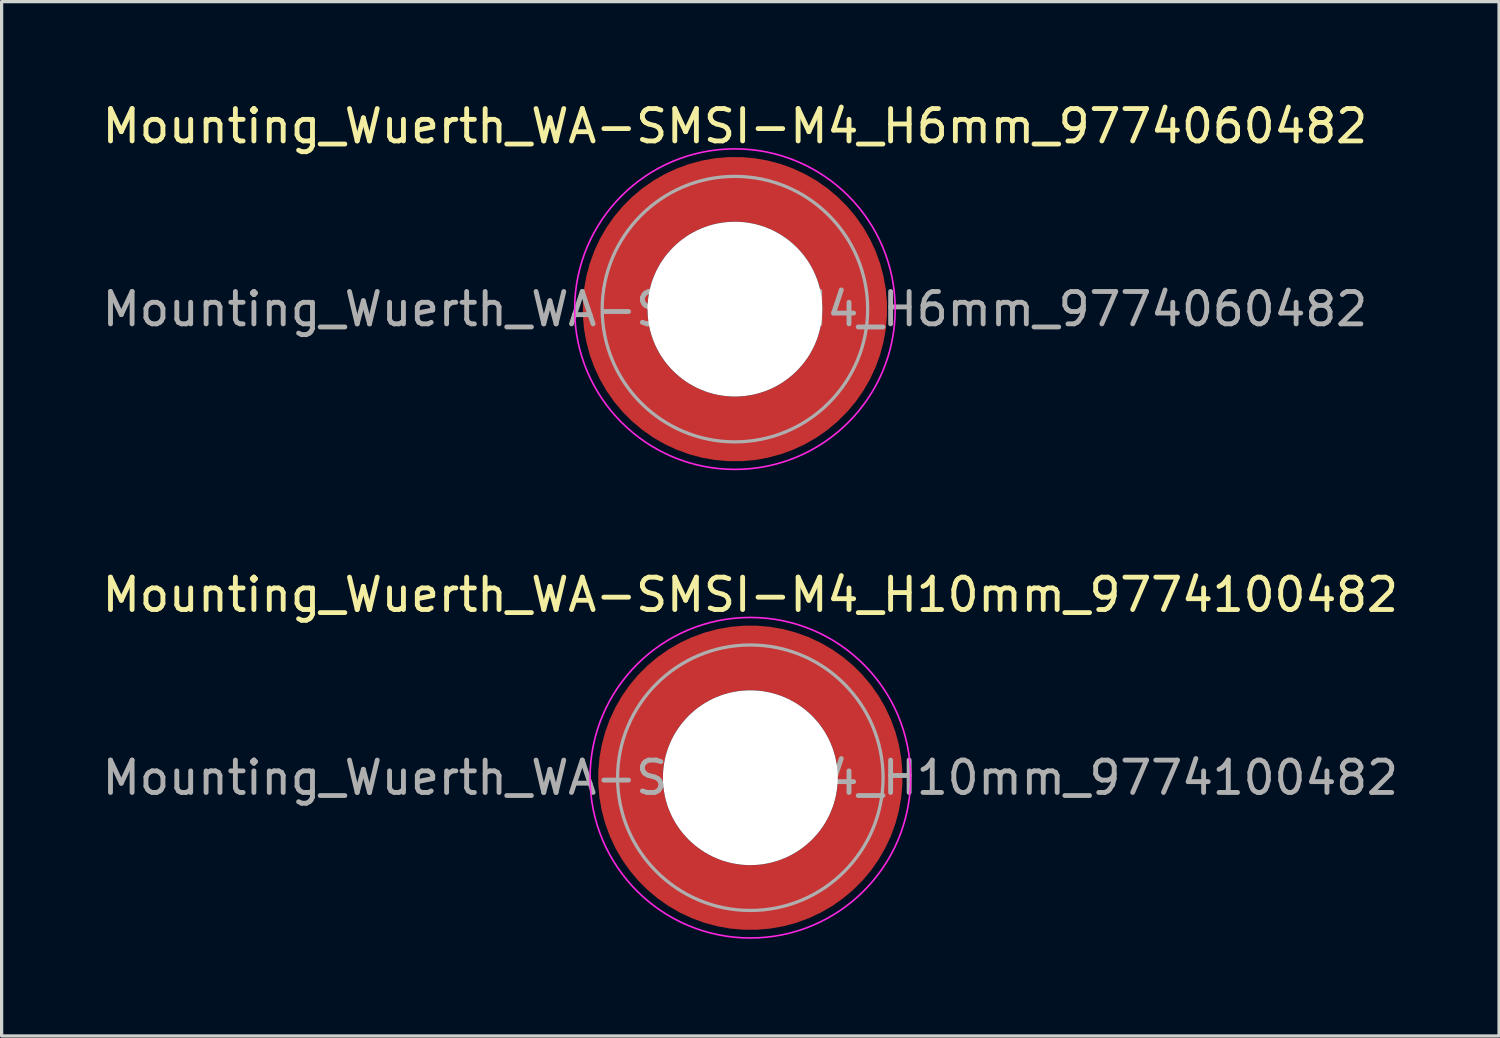
<source format=kicad_pcb>
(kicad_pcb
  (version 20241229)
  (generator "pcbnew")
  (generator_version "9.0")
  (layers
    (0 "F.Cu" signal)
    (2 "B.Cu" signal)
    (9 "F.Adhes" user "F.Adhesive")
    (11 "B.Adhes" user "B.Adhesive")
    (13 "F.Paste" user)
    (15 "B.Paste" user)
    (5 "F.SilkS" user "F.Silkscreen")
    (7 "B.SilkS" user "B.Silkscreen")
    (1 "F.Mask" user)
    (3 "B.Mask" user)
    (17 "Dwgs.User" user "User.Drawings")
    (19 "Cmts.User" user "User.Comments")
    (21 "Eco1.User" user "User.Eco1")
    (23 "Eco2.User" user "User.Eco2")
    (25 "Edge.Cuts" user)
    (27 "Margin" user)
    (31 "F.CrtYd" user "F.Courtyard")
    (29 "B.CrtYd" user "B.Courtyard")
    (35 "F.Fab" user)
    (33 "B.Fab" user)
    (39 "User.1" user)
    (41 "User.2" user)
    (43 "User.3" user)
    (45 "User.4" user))
  (footprint "Mounting_Wuerth_WA-SMSI-M4_H10mm_9774100482"
    (layer "F.Cu")
    (at 20.125 20.971)
    (property "Reference" "Mounting_Wuerth_WA-SMSI-M4_H10mm_9774100482" (at 0 -5.65 0) (layer "F.SilkS") (effects (font (size 1 1) (thickness 0.15))))
    (attr smd allow_soldermask_bridges)
    (fp_circle (center 0 0) (end 4.95 0) (stroke (width 0.05) (type solid)) (fill no) (layer "F.CrtYd"))
    (fp_circle (center 0 0) (end 4.1 0) (stroke (width 0.1) (type solid)) (fill no) (layer "F.Fab"))
    (fp_text user "${REFERENCE}" (at 0 0 0) (layer "F.Fab") (effects (font (size 1 1) (thickness 0.15))))
    (pad "" smd custom (at -2.607 -2.607) (size 0.948 0.948) (layers "F.Paste") (options (anchor circle)) (primitives (gr_arc (start -0.188183 2.107456) (mid 0.599273 0.599273) (end 2.107456 -0.188183) (width 0.2)) (gr_arc (start -0.289416 2.107456) (mid 0.52877 0.52877) (end 2.107456 -0.289416) (width 0.2)) (gr_arc (start -0.390547 2.107456) (mid 0.458268 0.458268) (end 2.107456 -0.390547) (width 0.2)) (gr_arc (start -0.491585 2.107456) (mid 0.387765 0.387765) (end 2.107456 -0.491585) (width 0.2)) (gr_arc (start -0.59254 2.107456) (mid 0.317262 0.317262) (end 2.107456 -0.59254) (width 0.2)) (gr_arc (start -0.693419 2.107456) (mid 0.246759 0.246759) (end 2.107456 -0.693419) (width 0.2)) (gr_arc (start -0.794229 2.107456) (mid 0.176257 0.176257) (end 2.107456 -0.794229) (width 0.2)) (gr_arc (start -0.894975 2.107456) (mid 0.105754 0.105754) (end 2.107456 -0.894975) (width 0.2)) (gr_arc (start -0.995664 2.107456) (mid 0.035251 0.035251) (end 2.107456 -0.995664) (width 0.2)) (gr_arc (start -1.0963 2.107456) (mid -0.035251 -0.035251) (end 2.107456 -1.0963) (width 0.2)) (gr_arc (start -1.196886 2.107456) (mid -0.105754 -0.105754) (end 2.107456 -1.196886) (width 0.2)) (gr_arc (start -1.297427 2.107456) (mid -0.176257 -0.176257) (end 2.107456 -1.297427) (width 0.2)) (gr_arc (start -1.397927 2.107456) (mid -0.246759 -0.246759) (end 2.107456 -1.397927) (width 0.2)) (gr_arc (start -1.498388 2.107456) (mid -0.317262 -0.317262) (end 2.107456 -1.498388) (width 0.2)) (gr_arc (start -1.598813 2.107456) (mid -0.387765 -0.387765) (end 2.107456 -1.598813) (width 0.2)) (gr_arc (start -1.699204 2.107456) (mid -0.458268 -0.458268) (end 2.107456 -1.699204) (width 0.2)) (gr_arc (start -1.799565 2.107456) (mid -0.52877 -0.52877) (end 2.107456 -1.799565) (width 0.2)) (gr_arc (start -1.899896 2.107456) (mid -0.599273 -0.599273) (end 2.107456 -1.899896) (width 0.2)) (gr_arc (start -1.899896 2.107456) (mid -0.599273 -0.599273) (end 2.107456 -1.899896) (width 0.2)) (gr_line (start 2.107 -0.188) (end 2.107 -1.9) (width 0.2)) (gr_line (start -0.188 2.107) (end -1.9 2.107) (width 0.2))))
    (pad "" smd custom (at -2.607 2.607) (size 0.948 0.948) (layers "F.Paste") (options (anchor circle)) (primitives (gr_arc (start 2.107456 0.188183) (mid 0.599273 -0.599273) (end -0.188183 -2.107456) (width 0.2)) (gr_arc (start 2.107456 0.289416) (mid 0.52877 -0.52877) (end -0.289416 -2.107456) (width 0.2)) (gr_arc (start 2.107456 0.390547) (mid 0.458268 -0.458268) (end -0.390547 -2.107456) (width 0.2)) (gr_arc (start 2.107456 0.491585) (mid 0.387765 -0.387765) (end -0.491585 -2.107456) (width 0.2)) (gr_arc (start 2.107456 0.59254) (mid 0.317262 -0.317262) (end -0.59254 -2.107456) (width 0.2)) (gr_arc (start 2.107456 0.693419) (mid 0.246759 -0.246759) (end -0.693419 -2.107456) (width 0.2)) (gr_arc (start 2.107456 0.794229) (mid 0.176257 -0.176257) (end -0.794229 -2.107456) (width 0.2)) (gr_arc (start 2.107456 0.894975) (mid 0.105754 -0.105754) (end -0.894975 -2.107456) (width 0.2)) (gr_arc (start 2.107456 0.995664) (mid 0.035251 -0.035251) (end -0.995664 -2.107456) (width 0.2)) (gr_arc (start 2.107456 1.0963) (mid -0.035251 0.035251) (end -1.0963 -2.107456) (width 0.2)) (gr_arc (start 2.107456 1.196886) (mid -0.105754 0.105754) (end -1.196886 -2.107456) (width 0.2)) (gr_arc (start 2.107456 1.297427) (mid -0.176257 0.176257) (end -1.297427 -2.107456) (width 0.2)) (gr_arc (start 2.107456 1.397927) (mid -0.246759 0.246759) (end -1.397927 -2.107456) (width 0.2)) (gr_arc (start 2.107456 1.498388) (mid -0.317262 0.317262) (end -1.498388 -2.107456) (width 0.2)) (gr_arc (start 2.107456 1.598813) (mid -0.387765 0.387765) (end -1.598813 -2.107456) (width 0.2)) (gr_arc (start 2.107456 1.699204) (mid -0.458268 0.458268) (end -1.699204 -2.107456) (width 0.2)) (gr_arc (start 2.107456 1.799565) (mid -0.52877 0.52877) (end -1.799565 -2.107456) (width 0.2)) (gr_arc (start 2.107456 1.899896) (mid -0.599273 0.599273) (end -1.899896 -2.107456) (width 0.2)) (gr_arc (start 2.107456 1.899896) (mid -0.599273 0.599273) (end -1.899896 -2.107456) (width 0.2)) (gr_line (start -0.188 -2.107) (end -1.9 -2.107) (width 0.2)) (gr_line (start 2.107 0.188) (end 2.107 1.9) (width 0.2))))
    (pad "" np_thru_hole circle (at 0 0) (size 5.4 5.4) (drill 5.4) (layers "*.Cu" "*.Mask"))
    (pad "" smd custom (at 2.607 -2.607) (size 0.948 0.948) (layers "F.Paste") (options (anchor circle)) (primitives (gr_arc (start -2.107456 -0.188183) (mid -0.599273 0.599273) (end 0.188183 2.107456) (width 0.2)) (gr_arc (start -2.107456 -0.289416) (mid -0.52877 0.52877) (end 0.289416 2.107456) (width 0.2)) (gr_arc (start -2.107456 -0.390547) (mid -0.458268 0.458268) (end 0.390547 2.107456) (width 0.2)) (gr_arc (start -2.107456 -0.491585) (mid -0.387765 0.387765) (end 0.491585 2.107456) (width 0.2)) (gr_arc (start -2.107456 -0.59254) (mid -0.317262 0.317262) (end 0.59254 2.107456) (width 0.2)) (gr_arc (start -2.107456 -0.693419) (mid -0.246759 0.246759) (end 0.693419 2.107456) (width 0.2)) (gr_arc (start -2.107456 -0.794229) (mid -0.176257 0.176257) (end 0.794229 2.107456) (width 0.2)) (gr_arc (start -2.107456 -0.894975) (mid -0.105754 0.105754) (end 0.894975 2.107456) (width 0.2)) (gr_arc (start -2.107456 -0.995664) (mid -0.035251 0.035251) (end 0.995664 2.107456) (width 0.2)) (gr_arc (start -2.107456 -1.0963) (mid 0.035251 -0.035251) (end 1.0963 2.107456) (width 0.2)) (gr_arc (start -2.107456 -1.196886) (mid 0.105754 -0.105754) (end 1.196886 2.107456) (width 0.2)) (gr_arc (start -2.107456 -1.297427) (mid 0.176257 -0.176257) (end 1.297427 2.107456) (width 0.2)) (gr_arc (start -2.107456 -1.397927) (mid 0.246759 -0.246759) (end 1.397927 2.107456) (width 0.2)) (gr_arc (start -2.107456 -1.498388) (mid 0.317262 -0.317262) (end 1.498388 2.107456) (width 0.2)) (gr_arc (start -2.107456 -1.598813) (mid 0.387765 -0.387765) (end 1.598813 2.107456) (width 0.2)) (gr_arc (start -2.107456 -1.699204) (mid 0.458268 -0.458268) (end 1.699204 2.107456) (width 0.2)) (gr_arc (start -2.107456 -1.799565) (mid 0.52877 -0.52877) (end 1.799565 2.107456) (width 0.2)) (gr_arc (start -2.107456 -1.899896) (mid 0.599273 -0.599273) (end 1.899896 2.107456) (width 0.2)) (gr_arc (start -2.107456 -1.899896) (mid 0.599273 -0.599273) (end 1.899896 2.107456) (width 0.2)) (gr_line (start 0.188 2.107) (end 1.9 2.107) (width 0.2)) (gr_line (start -2.107 -0.188) (end -2.107 -1.9) (width 0.2))))
    (pad "" smd custom (at 2.607 2.607) (size 0.948 0.948) (layers "F.Paste") (options (anchor circle)) (primitives (gr_arc (start 0.188183 -2.107456) (mid -0.599273 -0.599273) (end -2.107456 0.188183) (width 0.2)) (gr_arc (start 0.289416 -2.107456) (mid -0.52877 -0.52877) (end -2.107456 0.289416) (width 0.2)) (gr_arc (start 0.390547 -2.107456) (mid -0.458268 -0.458268) (end -2.107456 0.390547) (width 0.2)) (gr_arc (start 0.491585 -2.107456) (mid -0.387765 -0.387765) (end -2.107456 0.491585) (width 0.2)) (gr_arc (start 0.59254 -2.107456) (mid -0.317262 -0.317262) (end -2.107456 0.59254) (width 0.2)) (gr_arc (start 0.693419 -2.107456) (mid -0.246759 -0.246759) (end -2.107456 0.693419) (width 0.2)) (gr_arc (start 0.794229 -2.107456) (mid -0.176257 -0.176257) (end -2.107456 0.794229) (width 0.2)) (gr_arc (start 0.894975 -2.107456) (mid -0.105754 -0.105754) (end -2.107456 0.894975) (width 0.2)) (gr_arc (start 0.995664 -2.107456) (mid -0.035251 -0.035251) (end -2.107456 0.995664) (width 0.2)) (gr_arc (start 1.0963 -2.107456) (mid 0.035251 0.035251) (end -2.107456 1.0963) (width 0.2)) (gr_arc (start 1.196886 -2.107456) (mid 0.105754 0.105754) (end -2.107456 1.196886) (width 0.2)) (gr_arc (start 1.297427 -2.107456) (mid 0.176257 0.176257) (end -2.107456 1.297427) (width 0.2)) (gr_arc (start 1.397927 -2.107456) (mid 0.246759 0.246759) (end -2.107456 1.397927) (width 0.2)) (gr_arc (start 1.498388 -2.107456) (mid 0.317262 0.317262) (end -2.107456 1.498388) (width 0.2)) (gr_arc (start 1.598813 -2.107456) (mid 0.387765 0.387765) (end -2.107456 1.598813) (width 0.2)) (gr_arc (start 1.699204 -2.107456) (mid 0.458268 0.458268) (end -2.107456 1.699204) (width 0.2)) (gr_arc (start 1.799565 -2.107456) (mid 0.52877 0.52877) (end -2.107456 1.799565) (width 0.2)) (gr_arc (start 1.899896 -2.107456) (mid 0.599273 0.599273) (end -2.107456 1.899896) (width 0.2)) (gr_arc (start 1.899896 -2.107456) (mid 0.599273 0.599273) (end -2.107456 1.899896) (width 0.2)) (gr_line (start -2.107 0.188) (end -2.107 1.9) (width 0.2)) (gr_line (start 0.188 -2.107) (end 1.9 -2.107) (width 0.2))))
    (pad "1" smd circle (at -3.7 0) (size 1.492 1.492) (layers "F.Cu"))
    (pad "1" smd circle (at 0 -3.7) (size 1.492 1.492) (layers "F.Cu"))
    (pad "1" smd circle (at 0 3.7) (size 1.492 1.492) (layers "F.Cu"))
    (pad "1" smd custom (at 3.7 0) (size 2 2) (layers "F.Cu" "F.Mask") (options (anchor circle)) (primitives (gr_circle (center -3.7 0) (end 0 0) (width 2) (fill no)))))
  (footprint "Mounting_Wuerth_WA-SMSI-M4_H6mm_9774060482"
    (layer "F.Cu")
    (at 19.649 6.498)
    (property "Reference" "Mounting_Wuerth_WA-SMSI-M4_H6mm_9774060482" (at 0 -5.65 0) (layer "F.SilkS") (effects (font (size 1 1) (thickness 0.15))))
    (attr smd allow_soldermask_bridges)
    (fp_circle (center 0 0) (end 4.95 0) (stroke (width 0.05) (type solid)) (fill no) (layer "F.CrtYd"))
    (fp_circle (center 0 0) (end 4.1 0) (stroke (width 0.1) (type solid)) (fill no) (layer "F.Fab"))
    (fp_text user "${REFERENCE}" (at 0 0 0) (layer "F.Fab") (effects (font (size 1 1) (thickness 0.15))))
    (pad "" smd custom (at -2.607 -2.607) (size 0.948 0.948) (layers "F.Paste") (options (anchor circle)) (primitives (gr_arc (start -0.188183 2.107456) (mid 0.599273 0.599273) (end 2.107456 -0.188183) (width 0.2)) (gr_arc (start -0.289416 2.107456) (mid 0.52877 0.52877) (end 2.107456 -0.289416) (width 0.2)) (gr_arc (start -0.390547 2.107456) (mid 0.458268 0.458268) (end 2.107456 -0.390547) (width 0.2)) (gr_arc (start -0.491585 2.107456) (mid 0.387765 0.387765) (end 2.107456 -0.491585) (width 0.2)) (gr_arc (start -0.59254 2.107456) (mid 0.317262 0.317262) (end 2.107456 -0.59254) (width 0.2)) (gr_arc (start -0.693419 2.107456) (mid 0.246759 0.246759) (end 2.107456 -0.693419) (width 0.2)) (gr_arc (start -0.794229 2.107456) (mid 0.176257 0.176257) (end 2.107456 -0.794229) (width 0.2)) (gr_arc (start -0.894975 2.107456) (mid 0.105754 0.105754) (end 2.107456 -0.894975) (width 0.2)) (gr_arc (start -0.995664 2.107456) (mid 0.035251 0.035251) (end 2.107456 -0.995664) (width 0.2)) (gr_arc (start -1.0963 2.107456) (mid -0.035251 -0.035251) (end 2.107456 -1.0963) (width 0.2)) (gr_arc (start -1.196886 2.107456) (mid -0.105754 -0.105754) (end 2.107456 -1.196886) (width 0.2)) (gr_arc (start -1.297427 2.107456) (mid -0.176257 -0.176257) (end 2.107456 -1.297427) (width 0.2)) (gr_arc (start -1.397927 2.107456) (mid -0.246759 -0.246759) (end 2.107456 -1.397927) (width 0.2)) (gr_arc (start -1.498388 2.107456) (mid -0.317262 -0.317262) (end 2.107456 -1.498388) (width 0.2)) (gr_arc (start -1.598813 2.107456) (mid -0.387765 -0.387765) (end 2.107456 -1.598813) (width 0.2)) (gr_arc (start -1.699204 2.107456) (mid -0.458268 -0.458268) (end 2.107456 -1.699204) (width 0.2)) (gr_arc (start -1.799565 2.107456) (mid -0.52877 -0.52877) (end 2.107456 -1.799565) (width 0.2)) (gr_arc (start -1.899896 2.107456) (mid -0.599273 -0.599273) (end 2.107456 -1.899896) (width 0.2)) (gr_arc (start -1.899896 2.107456) (mid -0.599273 -0.599273) (end 2.107456 -1.899896) (width 0.2)) (gr_line (start 2.107 -0.188) (end 2.107 -1.9) (width 0.2)) (gr_line (start -0.188 2.107) (end -1.9 2.107) (width 0.2))))
    (pad "" smd custom (at -2.607 2.607) (size 0.948 0.948) (layers "F.Paste") (options (anchor circle)) (primitives (gr_arc (start 2.107456 0.188183) (mid 0.599273 -0.599273) (end -0.188183 -2.107456) (width 0.2)) (gr_arc (start 2.107456 0.289416) (mid 0.52877 -0.52877) (end -0.289416 -2.107456) (width 0.2)) (gr_arc (start 2.107456 0.390547) (mid 0.458268 -0.458268) (end -0.390547 -2.107456) (width 0.2)) (gr_arc (start 2.107456 0.491585) (mid 0.387765 -0.387765) (end -0.491585 -2.107456) (width 0.2)) (gr_arc (start 2.107456 0.59254) (mid 0.317262 -0.317262) (end -0.59254 -2.107456) (width 0.2)) (gr_arc (start 2.107456 0.693419) (mid 0.246759 -0.246759) (end -0.693419 -2.107456) (width 0.2)) (gr_arc (start 2.107456 0.794229) (mid 0.176257 -0.176257) (end -0.794229 -2.107456) (width 0.2)) (gr_arc (start 2.107456 0.894975) (mid 0.105754 -0.105754) (end -0.894975 -2.107456) (width 0.2)) (gr_arc (start 2.107456 0.995664) (mid 0.035251 -0.035251) (end -0.995664 -2.107456) (width 0.2)) (gr_arc (start 2.107456 1.0963) (mid -0.035251 0.035251) (end -1.0963 -2.107456) (width 0.2)) (gr_arc (start 2.107456 1.196886) (mid -0.105754 0.105754) (end -1.196886 -2.107456) (width 0.2)) (gr_arc (start 2.107456 1.297427) (mid -0.176257 0.176257) (end -1.297427 -2.107456) (width 0.2)) (gr_arc (start 2.107456 1.397927) (mid -0.246759 0.246759) (end -1.397927 -2.107456) (width 0.2)) (gr_arc (start 2.107456 1.498388) (mid -0.317262 0.317262) (end -1.498388 -2.107456) (width 0.2)) (gr_arc (start 2.107456 1.598813) (mid -0.387765 0.387765) (end -1.598813 -2.107456) (width 0.2)) (gr_arc (start 2.107456 1.699204) (mid -0.458268 0.458268) (end -1.699204 -2.107456) (width 0.2)) (gr_arc (start 2.107456 1.799565) (mid -0.52877 0.52877) (end -1.799565 -2.107456) (width 0.2)) (gr_arc (start 2.107456 1.899896) (mid -0.599273 0.599273) (end -1.899896 -2.107456) (width 0.2)) (gr_arc (start 2.107456 1.899896) (mid -0.599273 0.599273) (end -1.899896 -2.107456) (width 0.2)) (gr_line (start -0.188 -2.107) (end -1.9 -2.107) (width 0.2)) (gr_line (start 2.107 0.188) (end 2.107 1.9) (width 0.2))))
    (pad "" np_thru_hole circle (at 0 0) (size 5.4 5.4) (drill 5.4) (layers "*.Cu" "*.Mask"))
    (pad "" smd custom (at 2.607 -2.607) (size 0.948 0.948) (layers "F.Paste") (options (anchor circle)) (primitives (gr_arc (start -2.107456 -0.188183) (mid -0.599273 0.599273) (end 0.188183 2.107456) (width 0.2)) (gr_arc (start -2.107456 -0.289416) (mid -0.52877 0.52877) (end 0.289416 2.107456) (width 0.2)) (gr_arc (start -2.107456 -0.390547) (mid -0.458268 0.458268) (end 0.390547 2.107456) (width 0.2)) (gr_arc (start -2.107456 -0.491585) (mid -0.387765 0.387765) (end 0.491585 2.107456) (width 0.2)) (gr_arc (start -2.107456 -0.59254) (mid -0.317262 0.317262) (end 0.59254 2.107456) (width 0.2)) (gr_arc (start -2.107456 -0.693419) (mid -0.246759 0.246759) (end 0.693419 2.107456) (width 0.2)) (gr_arc (start -2.107456 -0.794229) (mid -0.176257 0.176257) (end 0.794229 2.107456) (width 0.2)) (gr_arc (start -2.107456 -0.894975) (mid -0.105754 0.105754) (end 0.894975 2.107456) (width 0.2)) (gr_arc (start -2.107456 -0.995664) (mid -0.035251 0.035251) (end 0.995664 2.107456) (width 0.2)) (gr_arc (start -2.107456 -1.0963) (mid 0.035251 -0.035251) (end 1.0963 2.107456) (width 0.2)) (gr_arc (start -2.107456 -1.196886) (mid 0.105754 -0.105754) (end 1.196886 2.107456) (width 0.2)) (gr_arc (start -2.107456 -1.297427) (mid 0.176257 -0.176257) (end 1.297427 2.107456) (width 0.2)) (gr_arc (start -2.107456 -1.397927) (mid 0.246759 -0.246759) (end 1.397927 2.107456) (width 0.2)) (gr_arc (start -2.107456 -1.498388) (mid 0.317262 -0.317262) (end 1.498388 2.107456) (width 0.2)) (gr_arc (start -2.107456 -1.598813) (mid 0.387765 -0.387765) (end 1.598813 2.107456) (width 0.2)) (gr_arc (start -2.107456 -1.699204) (mid 0.458268 -0.458268) (end 1.699204 2.107456) (width 0.2)) (gr_arc (start -2.107456 -1.799565) (mid 0.52877 -0.52877) (end 1.799565 2.107456) (width 0.2)) (gr_arc (start -2.107456 -1.899896) (mid 0.599273 -0.599273) (end 1.899896 2.107456) (width 0.2)) (gr_arc (start -2.107456 -1.899896) (mid 0.599273 -0.599273) (end 1.899896 2.107456) (width 0.2)) (gr_line (start 0.188 2.107) (end 1.9 2.107) (width 0.2)) (gr_line (start -2.107 -0.188) (end -2.107 -1.9) (width 0.2))))
    (pad "" smd custom (at 2.607 2.607) (size 0.948 0.948) (layers "F.Paste") (options (anchor circle)) (primitives (gr_arc (start 0.188183 -2.107456) (mid -0.599273 -0.599273) (end -2.107456 0.188183) (width 0.2)) (gr_arc (start 0.289416 -2.107456) (mid -0.52877 -0.52877) (end -2.107456 0.289416) (width 0.2)) (gr_arc (start 0.390547 -2.107456) (mid -0.458268 -0.458268) (end -2.107456 0.390547) (width 0.2)) (gr_arc (start 0.491585 -2.107456) (mid -0.387765 -0.387765) (end -2.107456 0.491585) (width 0.2)) (gr_arc (start 0.59254 -2.107456) (mid -0.317262 -0.317262) (end -2.107456 0.59254) (width 0.2)) (gr_arc (start 0.693419 -2.107456) (mid -0.246759 -0.246759) (end -2.107456 0.693419) (width 0.2)) (gr_arc (start 0.794229 -2.107456) (mid -0.176257 -0.176257) (end -2.107456 0.794229) (width 0.2)) (gr_arc (start 0.894975 -2.107456) (mid -0.105754 -0.105754) (end -2.107456 0.894975) (width 0.2)) (gr_arc (start 0.995664 -2.107456) (mid -0.035251 -0.035251) (end -2.107456 0.995664) (width 0.2)) (gr_arc (start 1.0963 -2.107456) (mid 0.035251 0.035251) (end -2.107456 1.0963) (width 0.2)) (gr_arc (start 1.196886 -2.107456) (mid 0.105754 0.105754) (end -2.107456 1.196886) (width 0.2)) (gr_arc (start 1.297427 -2.107456) (mid 0.176257 0.176257) (end -2.107456 1.297427) (width 0.2)) (gr_arc (start 1.397927 -2.107456) (mid 0.246759 0.246759) (end -2.107456 1.397927) (width 0.2)) (gr_arc (start 1.498388 -2.107456) (mid 0.317262 0.317262) (end -2.107456 1.498388) (width 0.2)) (gr_arc (start 1.598813 -2.107456) (mid 0.387765 0.387765) (end -2.107456 1.598813) (width 0.2)) (gr_arc (start 1.699204 -2.107456) (mid 0.458268 0.458268) (end -2.107456 1.699204) (width 0.2)) (gr_arc (start 1.799565 -2.107456) (mid 0.52877 0.52877) (end -2.107456 1.799565) (width 0.2)) (gr_arc (start 1.899896 -2.107456) (mid 0.599273 0.599273) (end -2.107456 1.899896) (width 0.2)) (gr_arc (start 1.899896 -2.107456) (mid 0.599273 0.599273) (end -2.107456 1.899896) (width 0.2)) (gr_line (start -2.107 0.188) (end -2.107 1.9) (width 0.2)) (gr_line (start 0.188 -2.107) (end 1.9 -2.107) (width 0.2))))
    (pad "1" smd circle (at -3.7 0) (size 1.492 1.492) (layers "F.Cu"))
    (pad "1" smd circle (at 0 -3.7) (size 1.492 1.492) (layers "F.Cu"))
    (pad "1" smd circle (at 0 3.7) (size 1.492 1.492) (layers "F.Cu"))
    (pad "1" smd custom (at 3.7 0) (size 2 2) (layers "F.Cu" "F.Mask") (options (anchor circle)) (primitives (gr_circle (center -3.7 0) (end 0 0) (width 2) (fill no)))))
  (gr_rect
    (start -3 -3)
    (end 43.25 28.947)
    (stroke (width 0.1) (type default))
    (fill no)
    (layer "Edge.Cuts")))
</source>
